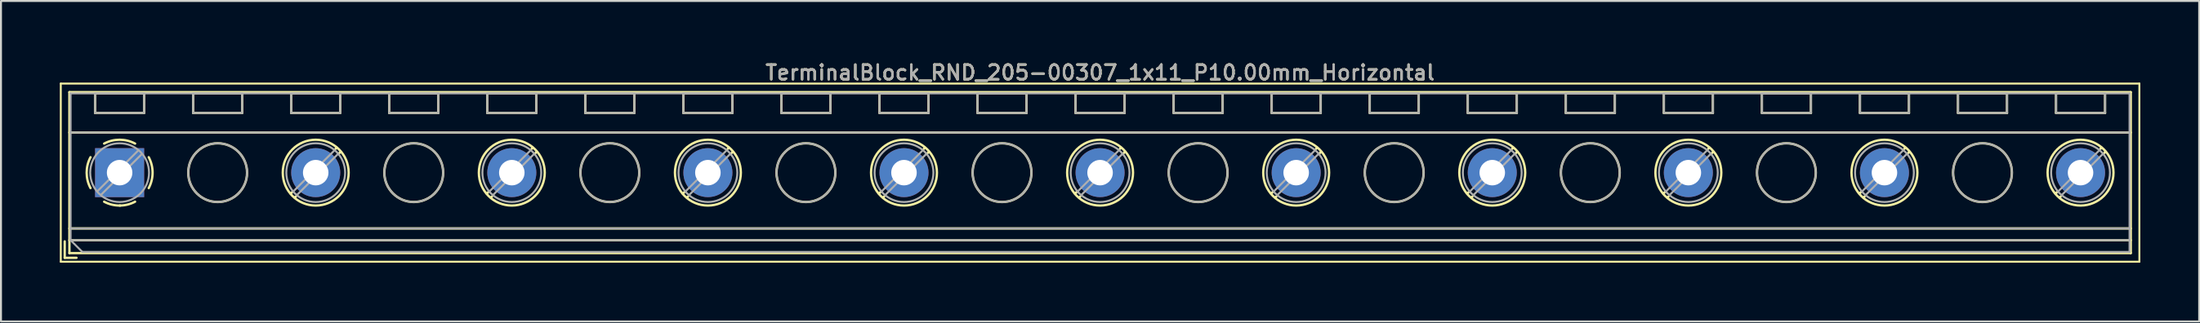
<source format=kicad_pcb>
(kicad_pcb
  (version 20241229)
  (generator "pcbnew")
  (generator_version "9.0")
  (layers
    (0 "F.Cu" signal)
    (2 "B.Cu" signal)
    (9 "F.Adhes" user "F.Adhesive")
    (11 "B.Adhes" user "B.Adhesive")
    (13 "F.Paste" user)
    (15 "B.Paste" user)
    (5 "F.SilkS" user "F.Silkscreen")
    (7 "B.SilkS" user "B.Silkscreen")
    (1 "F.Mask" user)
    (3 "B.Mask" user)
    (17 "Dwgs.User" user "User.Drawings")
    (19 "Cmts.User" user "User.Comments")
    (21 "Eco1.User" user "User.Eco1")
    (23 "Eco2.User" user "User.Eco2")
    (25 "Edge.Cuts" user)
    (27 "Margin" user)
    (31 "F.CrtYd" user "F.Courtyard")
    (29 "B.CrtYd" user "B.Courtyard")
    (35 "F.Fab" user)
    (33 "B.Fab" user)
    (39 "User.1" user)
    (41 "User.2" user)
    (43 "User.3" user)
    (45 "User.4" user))
  (footprint "TerminalBlock_RND_205-00307_1x11_P10.00mm_Horizontal"
    (layer "F.Cu")
    (at 3.05 5.768)
    (property "Reference" "TerminalBlock_RND_205-00307_1x11_P10.00mm_Horizontal" (at 50 -5.11 0) (layer "F.SilkS") (effects (font (size 0.75 0.75) (thickness 0.125))))
    (attr through_hole)
    (fp_line (start -3 -4.55) (end -3 4.55) (stroke (width 0.1) (type solid)) (layer "F.SilkS"))
    (fp_line (start -3 4.55) (end 103 4.55) (stroke (width 0.1) (type solid)) (layer "F.SilkS"))
    (fp_line (start -2.8 3.51) (end -2.8 4.35) (stroke (width 0.12) (type solid)) (layer "F.SilkS"))
    (fp_line (start -2.8 4.35) (end -2.2 4.35) (stroke (width 0.12) (type solid)) (layer "F.SilkS"))
    (fp_line (start -2.56 -4.11) (end -2.56 4.11) (stroke (width 0.12) (type solid)) (layer "F.SilkS"))
    (fp_line (start -2.56 -4.11) (end 102.56 -4.11) (stroke (width 0.12) (type solid)) (layer "F.SilkS"))
    (fp_line (start -2.56 -2.05) (end 102.56 -2.05) (stroke (width 0.12) (type solid)) (layer "F.SilkS"))
    (fp_line (start -2.56 2.85) (end 102.56 2.85) (stroke (width 0.12) (type solid)) (layer "F.SilkS"))
    (fp_line (start -2.56 3.45) (end 102.56 3.45) (stroke (width 0.12) (type solid)) (layer "F.SilkS"))
    (fp_line (start -2.56 4.11) (end 102.56 4.11) (stroke (width 0.12) (type solid)) (layer "F.SilkS"))
    (fp_line (start -1.25 -4.05) (end -1.25 -3.05) (stroke (width 0.12) (type solid)) (layer "F.SilkS"))
    (fp_line (start -1.25 -4.05) (end 1.25 -4.05) (stroke (width 0.12) (type solid)) (layer "F.SilkS"))
    (fp_line (start -1.25 -3.05) (end 1.25 -3.05) (stroke (width 0.12) (type solid)) (layer "F.SilkS"))
    (fp_line (start 1.25 -4.05) (end 1.25 -3.05) (stroke (width 0.12) (type solid)) (layer "F.SilkS"))
    (fp_line (start 3.75 -4.05) (end 3.75 -3.05) (stroke (width 0.12) (type solid)) (layer "F.SilkS"))
    (fp_line (start 3.75 -4.05) (end 6.25 -4.05) (stroke (width 0.12) (type solid)) (layer "F.SilkS"))
    (fp_line (start 3.75 -3.05) (end 6.25 -3.05) (stroke (width 0.12) (type solid)) (layer "F.SilkS"))
    (fp_line (start 6.25 -4.05) (end 6.25 -3.05) (stroke (width 0.12) (type solid)) (layer "F.SilkS"))
    (fp_line (start 8.75 -4.05) (end 8.75 -3.05) (stroke (width 0.12) (type solid)) (layer "F.SilkS"))
    (fp_line (start 8.75 -4.05) (end 11.25 -4.05) (stroke (width 0.12) (type solid)) (layer "F.SilkS"))
    (fp_line (start 8.75 -3.05) (end 11.25 -3.05) (stroke (width 0.12) (type solid)) (layer "F.SilkS"))
    (fp_line (start 8.82 0.976) (end 8.726 1.069) (stroke (width 0.12) (type solid)) (layer "F.SilkS"))
    (fp_line (start 8.99 1.216) (end 8.931 1.274) (stroke (width 0.12) (type solid)) (layer "F.SilkS"))
    (fp_line (start 11.07 -1.275) (end 11.011 -1.216) (stroke (width 0.12) (type solid)) (layer "F.SilkS"))
    (fp_line (start 11.25 -4.05) (end 11.25 -3.05) (stroke (width 0.12) (type solid)) (layer "F.SilkS"))
    (fp_line (start 11.275 -1.069) (end 11.181 -0.976) (stroke (width 0.12) (type solid)) (layer "F.SilkS"))
    (fp_line (start 13.75 -4.05) (end 13.75 -3.05) (stroke (width 0.12) (type solid)) (layer "F.SilkS"))
    (fp_line (start 13.75 -4.05) (end 16.25 -4.05) (stroke (width 0.12) (type solid)) (layer "F.SilkS"))
    (fp_line (start 13.75 -3.05) (end 16.25 -3.05) (stroke (width 0.12) (type solid)) (layer "F.SilkS"))
    (fp_line (start 16.25 -4.05) (end 16.25 -3.05) (stroke (width 0.12) (type solid)) (layer "F.SilkS"))
    (fp_line (start 18.75 -4.05) (end 18.75 -3.05) (stroke (width 0.12) (type solid)) (layer "F.SilkS"))
    (fp_line (start 18.75 -4.05) (end 21.25 -4.05) (stroke (width 0.12) (type solid)) (layer "F.SilkS"))
    (fp_line (start 18.75 -3.05) (end 21.25 -3.05) (stroke (width 0.12) (type solid)) (layer "F.SilkS"))
    (fp_line (start 18.82 0.976) (end 18.726 1.069) (stroke (width 0.12) (type solid)) (layer "F.SilkS"))
    (fp_line (start 18.99 1.216) (end 18.931 1.274) (stroke (width 0.12) (type solid)) (layer "F.SilkS"))
    (fp_line (start 21.07 -1.275) (end 21.011 -1.216) (stroke (width 0.12) (type solid)) (layer "F.SilkS"))
    (fp_line (start 21.25 -4.05) (end 21.25 -3.05) (stroke (width 0.12) (type solid)) (layer "F.SilkS"))
    (fp_line (start 21.275 -1.069) (end 21.181 -0.976) (stroke (width 0.12) (type solid)) (layer "F.SilkS"))
    (fp_line (start 23.75 -4.05) (end 23.75 -3.05) (stroke (width 0.12) (type solid)) (layer "F.SilkS"))
    (fp_line (start 23.75 -4.05) (end 26.25 -4.05) (stroke (width 0.12) (type solid)) (layer "F.SilkS"))
    (fp_line (start 23.75 -3.05) (end 26.25 -3.05) (stroke (width 0.12) (type solid)) (layer "F.SilkS"))
    (fp_line (start 26.25 -4.05) (end 26.25 -3.05) (stroke (width 0.12) (type solid)) (layer "F.SilkS"))
    (fp_line (start 28.75 -4.05) (end 28.75 -3.05) (stroke (width 0.12) (type solid)) (layer "F.SilkS"))
    (fp_line (start 28.75 -4.05) (end 31.25 -4.05) (stroke (width 0.12) (type solid)) (layer "F.SilkS"))
    (fp_line (start 28.75 -3.05) (end 31.25 -3.05) (stroke (width 0.12) (type solid)) (layer "F.SilkS"))
    (fp_line (start 28.82 0.976) (end 28.726 1.069) (stroke (width 0.12) (type solid)) (layer "F.SilkS"))
    (fp_line (start 28.99 1.216) (end 28.931 1.274) (stroke (width 0.12) (type solid)) (layer "F.SilkS"))
    (fp_line (start 31.07 -1.275) (end 31.011 -1.216) (stroke (width 0.12) (type solid)) (layer "F.SilkS"))
    (fp_line (start 31.25 -4.05) (end 31.25 -3.05) (stroke (width 0.12) (type solid)) (layer "F.SilkS"))
    (fp_line (start 31.275 -1.069) (end 31.181 -0.976) (stroke (width 0.12) (type solid)) (layer "F.SilkS"))
    (fp_line (start 33.75 -4.05) (end 33.75 -3.05) (stroke (width 0.12) (type solid)) (layer "F.SilkS"))
    (fp_line (start 33.75 -4.05) (end 36.25 -4.05) (stroke (width 0.12) (type solid)) (layer "F.SilkS"))
    (fp_line (start 33.75 -3.05) (end 36.25 -3.05) (stroke (width 0.12) (type solid)) (layer "F.SilkS"))
    (fp_line (start 36.25 -4.05) (end 36.25 -3.05) (stroke (width 0.12) (type solid)) (layer "F.SilkS"))
    (fp_line (start 38.75 -4.05) (end 38.75 -3.05) (stroke (width 0.12) (type solid)) (layer "F.SilkS"))
    (fp_line (start 38.75 -4.05) (end 41.25 -4.05) (stroke (width 0.12) (type solid)) (layer "F.SilkS"))
    (fp_line (start 38.75 -3.05) (end 41.25 -3.05) (stroke (width 0.12) (type solid)) (layer "F.SilkS"))
    (fp_line (start 38.82 0.976) (end 38.726 1.069) (stroke (width 0.12) (type solid)) (layer "F.SilkS"))
    (fp_line (start 38.99 1.216) (end 38.931 1.274) (stroke (width 0.12) (type solid)) (layer "F.SilkS"))
    (fp_line (start 41.07 -1.275) (end 41.011 -1.216) (stroke (width 0.12) (type solid)) (layer "F.SilkS"))
    (fp_line (start 41.25 -4.05) (end 41.25 -3.05) (stroke (width 0.12) (type solid)) (layer "F.SilkS"))
    (fp_line (start 41.275 -1.069) (end 41.181 -0.976) (stroke (width 0.12) (type solid)) (layer "F.SilkS"))
    (fp_line (start 43.75 -4.05) (end 43.75 -3.05) (stroke (width 0.12) (type solid)) (layer "F.SilkS"))
    (fp_line (start 43.75 -4.05) (end 46.25 -4.05) (stroke (width 0.12) (type solid)) (layer "F.SilkS"))
    (fp_line (start 43.75 -3.05) (end 46.25 -3.05) (stroke (width 0.12) (type solid)) (layer "F.SilkS"))
    (fp_line (start 46.25 -4.05) (end 46.25 -3.05) (stroke (width 0.12) (type solid)) (layer "F.SilkS"))
    (fp_line (start 48.75 -4.05) (end 48.75 -3.05) (stroke (width 0.12) (type solid)) (layer "F.SilkS"))
    (fp_line (start 48.75 -4.05) (end 51.25 -4.05) (stroke (width 0.12) (type solid)) (layer "F.SilkS"))
    (fp_line (start 48.75 -3.05) (end 51.25 -3.05) (stroke (width 0.12) (type solid)) (layer "F.SilkS"))
    (fp_line (start 48.82 0.976) (end 48.726 1.069) (stroke (width 0.12) (type solid)) (layer "F.SilkS"))
    (fp_line (start 48.99 1.216) (end 48.931 1.274) (stroke (width 0.12) (type solid)) (layer "F.SilkS"))
    (fp_line (start 51.07 -1.275) (end 51.011 -1.216) (stroke (width 0.12) (type solid)) (layer "F.SilkS"))
    (fp_line (start 51.25 -4.05) (end 51.25 -3.05) (stroke (width 0.12) (type solid)) (layer "F.SilkS"))
    (fp_line (start 51.275 -1.069) (end 51.181 -0.976) (stroke (width 0.12) (type solid)) (layer "F.SilkS"))
    (fp_line (start 53.75 -4.05) (end 53.75 -3.05) (stroke (width 0.12) (type solid)) (layer "F.SilkS"))
    (fp_line (start 53.75 -4.05) (end 56.25 -4.05) (stroke (width 0.12) (type solid)) (layer "F.SilkS"))
    (fp_line (start 53.75 -3.05) (end 56.25 -3.05) (stroke (width 0.12) (type solid)) (layer "F.SilkS"))
    (fp_line (start 56.25 -4.05) (end 56.25 -3.05) (stroke (width 0.12) (type solid)) (layer "F.SilkS"))
    (fp_line (start 58.75 -4.05) (end 58.75 -3.05) (stroke (width 0.12) (type solid)) (layer "F.SilkS"))
    (fp_line (start 58.75 -4.05) (end 61.25 -4.05) (stroke (width 0.12) (type solid)) (layer "F.SilkS"))
    (fp_line (start 58.75 -3.05) (end 61.25 -3.05) (stroke (width 0.12) (type solid)) (layer "F.SilkS"))
    (fp_line (start 58.82 0.976) (end 58.726 1.069) (stroke (width 0.12) (type solid)) (layer "F.SilkS"))
    (fp_line (start 58.99 1.216) (end 58.931 1.274) (stroke (width 0.12) (type solid)) (layer "F.SilkS"))
    (fp_line (start 61.07 -1.275) (end 61.011 -1.216) (stroke (width 0.12) (type solid)) (layer "F.SilkS"))
    (fp_line (start 61.25 -4.05) (end 61.25 -3.05) (stroke (width 0.12) (type solid)) (layer "F.SilkS"))
    (fp_line (start 61.275 -1.069) (end 61.181 -0.976) (stroke (width 0.12) (type solid)) (layer "F.SilkS"))
    (fp_line (start 63.75 -4.05) (end 63.75 -3.05) (stroke (width 0.12) (type solid)) (layer "F.SilkS"))
    (fp_line (start 63.75 -4.05) (end 66.25 -4.05) (stroke (width 0.12) (type solid)) (layer "F.SilkS"))
    (fp_line (start 63.75 -3.05) (end 66.25 -3.05) (stroke (width 0.12) (type solid)) (layer "F.SilkS"))
    (fp_line (start 66.25 -4.05) (end 66.25 -3.05) (stroke (width 0.12) (type solid)) (layer "F.SilkS"))
    (fp_line (start 68.75 -4.05) (end 68.75 -3.05) (stroke (width 0.12) (type solid)) (layer "F.SilkS"))
    (fp_line (start 68.75 -4.05) (end 71.25 -4.05) (stroke (width 0.12) (type solid)) (layer "F.SilkS"))
    (fp_line (start 68.75 -3.05) (end 71.25 -3.05) (stroke (width 0.12) (type solid)) (layer "F.SilkS"))
    (fp_line (start 68.82 0.976) (end 68.726 1.069) (stroke (width 0.12) (type solid)) (layer "F.SilkS"))
    (fp_line (start 68.99 1.216) (end 68.931 1.274) (stroke (width 0.12) (type solid)) (layer "F.SilkS"))
    (fp_line (start 71.07 -1.275) (end 71.011 -1.216) (stroke (width 0.12) (type solid)) (layer "F.SilkS"))
    (fp_line (start 71.25 -4.05) (end 71.25 -3.05) (stroke (width 0.12) (type solid)) (layer "F.SilkS"))
    (fp_line (start 71.275 -1.069) (end 71.181 -0.976) (stroke (width 0.12) (type solid)) (layer "F.SilkS"))
    (fp_line (start 73.75 -4.05) (end 73.75 -3.05) (stroke (width 0.12) (type solid)) (layer "F.SilkS"))
    (fp_line (start 73.75 -4.05) (end 76.25 -4.05) (stroke (width 0.12) (type solid)) (layer "F.SilkS"))
    (fp_line (start 73.75 -3.05) (end 76.25 -3.05) (stroke (width 0.12) (type solid)) (layer "F.SilkS"))
    (fp_line (start 76.25 -4.05) (end 76.25 -3.05) (stroke (width 0.12) (type solid)) (layer "F.SilkS"))
    (fp_line (start 78.75 -4.05) (end 78.75 -3.05) (stroke (width 0.12) (type solid)) (layer "F.SilkS"))
    (fp_line (start 78.75 -4.05) (end 81.25 -4.05) (stroke (width 0.12) (type solid)) (layer "F.SilkS"))
    (fp_line (start 78.75 -3.05) (end 81.25 -3.05) (stroke (width 0.12) (type solid)) (layer "F.SilkS"))
    (fp_line (start 78.82 0.976) (end 78.726 1.069) (stroke (width 0.12) (type solid)) (layer "F.SilkS"))
    (fp_line (start 78.99 1.216) (end 78.931 1.274) (stroke (width 0.12) (type solid)) (layer "F.SilkS"))
    (fp_line (start 81.07 -1.275) (end 81.011 -1.216) (stroke (width 0.12) (type solid)) (layer "F.SilkS"))
    (fp_line (start 81.25 -4.05) (end 81.25 -3.05) (stroke (width 0.12) (type solid)) (layer "F.SilkS"))
    (fp_line (start 81.275 -1.069) (end 81.181 -0.976) (stroke (width 0.12) (type solid)) (layer "F.SilkS"))
    (fp_line (start 83.75 -4.05) (end 83.75 -3.05) (stroke (width 0.12) (type solid)) (layer "F.SilkS"))
    (fp_line (start 83.75 -4.05) (end 86.25 -4.05) (stroke (width 0.12) (type solid)) (layer "F.SilkS"))
    (fp_line (start 83.75 -3.05) (end 86.25 -3.05) (stroke (width 0.12) (type solid)) (layer "F.SilkS"))
    (fp_line (start 86.25 -4.05) (end 86.25 -3.05) (stroke (width 0.12) (type solid)) (layer "F.SilkS"))
    (fp_line (start 88.75 -4.05) (end 88.75 -3.05) (stroke (width 0.12) (type solid)) (layer "F.SilkS"))
    (fp_line (start 88.75 -4.05) (end 91.25 -4.05) (stroke (width 0.12) (type solid)) (layer "F.SilkS"))
    (fp_line (start 88.75 -3.05) (end 91.25 -3.05) (stroke (width 0.12) (type solid)) (layer "F.SilkS"))
    (fp_line (start 88.82 0.976) (end 88.726 1.069) (stroke (width 0.12) (type solid)) (layer "F.SilkS"))
    (fp_line (start 88.99 1.216) (end 88.931 1.274) (stroke (width 0.12) (type solid)) (layer "F.SilkS"))
    (fp_line (start 91.07 -1.275) (end 91.011 -1.216) (stroke (width 0.12) (type solid)) (layer "F.SilkS"))
    (fp_line (start 91.25 -4.05) (end 91.25 -3.05) (stroke (width 0.12) (type solid)) (layer "F.SilkS"))
    (fp_line (start 91.275 -1.069) (end 91.181 -0.976) (stroke (width 0.12) (type solid)) (layer "F.SilkS"))
    (fp_line (start 93.75 -4.05) (end 93.75 -3.05) (stroke (width 0.12) (type solid)) (layer "F.SilkS"))
    (fp_line (start 93.75 -4.05) (end 96.25 -4.05) (stroke (width 0.12) (type solid)) (layer "F.SilkS"))
    (fp_line (start 93.75 -3.05) (end 96.25 -3.05) (stroke (width 0.12) (type solid)) (layer "F.SilkS"))
    (fp_line (start 96.25 -4.05) (end 96.25 -3.05) (stroke (width 0.12) (type solid)) (layer "F.SilkS"))
    (fp_line (start 98.75 -4.05) (end 98.75 -3.05) (stroke (width 0.12) (type solid)) (layer "F.SilkS"))
    (fp_line (start 98.75 -4.05) (end 101.25 -4.05) (stroke (width 0.12) (type solid)) (layer "F.SilkS"))
    (fp_line (start 98.75 -3.05) (end 101.25 -3.05) (stroke (width 0.12) (type solid)) (layer "F.SilkS"))
    (fp_line (start 98.82 0.976) (end 98.726 1.069) (stroke (width 0.12) (type solid)) (layer "F.SilkS"))
    (fp_line (start 98.99 1.216) (end 98.931 1.274) (stroke (width 0.12) (type solid)) (layer "F.SilkS"))
    (fp_line (start 101.07 -1.275) (end 101.011 -1.216) (stroke (width 0.12) (type solid)) (layer "F.SilkS"))
    (fp_line (start 101.25 -4.05) (end 101.25 -3.05) (stroke (width 0.12) (type solid)) (layer "F.SilkS"))
    (fp_line (start 101.275 -1.069) (end 101.181 -0.976) (stroke (width 0.12) (type solid)) (layer "F.SilkS"))
    (fp_line (start 102.56 -4.11) (end 102.56 4.11) (stroke (width 0.12) (type solid)) (layer "F.SilkS"))
    (fp_line (start 103 -4.55) (end -3 -4.55) (stroke (width 0.1) (type solid)) (layer "F.SilkS"))
    (fp_line (start 103 4.55) (end 103 -4.55) (stroke (width 0.1) (type solid)) (layer "F.SilkS"))
    (fp_arc (start -1.483953 0.789089) (mid -1.680708 0.00005) (end -1.484 -0.789) (stroke (width 0.12) (type solid)) (layer "F.SilkS"))
    (fp_arc (start -0.789089 -1.483953) (mid -0.00005 -1.680708) (end 0.789 -1.484) (stroke (width 0.12) (type solid)) (layer "F.SilkS"))
    (fp_arc (start 0.029383 1.68045) (mid -0.392304 1.634281) (end -0.789 1.484) (stroke (width 0.12) (type solid)) (layer "F.SilkS"))
    (fp_arc (start 0.788712 1.483352) (mid 0.406429 1.630097) (end 0 1.68) (stroke (width 0.12) (type solid)) (layer "F.SilkS"))
    (fp_arc (start 1.483953 -0.789089) (mid 1.680708 -0.00005) (end 1.484 0.789) (stroke (width 0.12) (type solid)) (layer "F.SilkS"))
    (fp_circle (center 5 0) (end 6.5 0) (stroke (width 0.12) (type solid)) (fill no) (layer "F.SilkS"))
    (fp_circle (center 10 0) (end 11.68 0) (stroke (width 0.12) (type solid)) (fill no) (layer "F.SilkS"))
    (fp_circle (center 15 0) (end 16.5 0) (stroke (width 0.12) (type solid)) (fill no) (layer "F.SilkS"))
    (fp_circle (center 20 0) (end 21.68 0) (stroke (width 0.12) (type solid)) (fill no) (layer "F.SilkS"))
    (fp_circle (center 25 0) (end 26.5 0) (stroke (width 0.12) (type solid)) (fill no) (layer "F.SilkS"))
    (fp_circle (center 30 0) (end 31.68 0) (stroke (width 0.12) (type solid)) (fill no) (layer "F.SilkS"))
    (fp_circle (center 35 0) (end 36.5 0) (stroke (width 0.12) (type solid)) (fill no) (layer "F.SilkS"))
    (fp_circle (center 40 0) (end 41.68 0) (stroke (width 0.12) (type solid)) (fill no) (layer "F.SilkS"))
    (fp_circle (center 45 0) (end 46.5 0) (stroke (width 0.12) (type solid)) (fill no) (layer "F.SilkS"))
    (fp_circle (center 50 0) (end 51.68 0) (stroke (width 0.12) (type solid)) (fill no) (layer "F.SilkS"))
    (fp_circle (center 55 0) (end 56.5 0) (stroke (width 0.12) (type solid)) (fill no) (layer "F.SilkS"))
    (fp_circle (center 60 0) (end 61.68 0) (stroke (width 0.12) (type solid)) (fill no) (layer "F.SilkS"))
    (fp_circle (center 65 0) (end 66.5 0) (stroke (width 0.12) (type solid)) (fill no) (layer "F.SilkS"))
    (fp_circle (center 70 0) (end 71.68 0) (stroke (width 0.12) (type solid)) (fill no) (layer "F.SilkS"))
    (fp_circle (center 75 0) (end 76.5 0) (stroke (width 0.12) (type solid)) (fill no) (layer "F.SilkS"))
    (fp_circle (center 80 0) (end 81.68 0) (stroke (width 0.12) (type solid)) (fill no) (layer "F.SilkS"))
    (fp_circle (center 85 0) (end 86.5 0) (stroke (width 0.12) (type solid)) (fill no) (layer "F.SilkS"))
    (fp_circle (center 90 0) (end 91.68 0) (stroke (width 0.12) (type solid)) (fill no) (layer "F.SilkS"))
    (fp_circle (center 95 0) (end 96.5 0) (stroke (width 0.12) (type solid)) (fill no) (layer "F.SilkS"))
    (fp_circle (center 100 0) (end 101.68 0) (stroke (width 0.12) (type solid)) (fill no) (layer "F.SilkS"))
    (fp_line (start -2.5 -4.05) (end 102.5 -4.05) (stroke (width 0.1) (type solid)) (layer "F.Fab"))
    (fp_line (start -2.5 -2.05) (end 102.5 -2.05) (stroke (width 0.1) (type solid)) (layer "F.Fab"))
    (fp_line (start -2.5 2.85) (end 102.5 2.85) (stroke (width 0.1) (type solid)) (layer "F.Fab"))
    (fp_line (start -2.5 3.45) (end -2.5 -4.05) (stroke (width 0.1) (type solid)) (layer "F.Fab"))
    (fp_line (start -2.5 3.45) (end 102.5 3.45) (stroke (width 0.1) (type solid)) (layer "F.Fab"))
    (fp_line (start -1.9 4.05) (end -2.5 3.45) (stroke (width 0.1) (type solid)) (layer "F.Fab"))
    (fp_line (start -1.25 -4.05) (end -1.25 -3.05) (stroke (width 0.1) (type solid)) (layer "F.Fab"))
    (fp_line (start -1.25 -3.05) (end 1.25 -3.05) (stroke (width 0.1) (type solid)) (layer "F.Fab"))
    (fp_line (start 0.955 -1.138) (end -1.138 0.955) (stroke (width 0.1) (type solid)) (layer "F.Fab"))
    (fp_line (start 1.138 -0.955) (end -0.955 1.138) (stroke (width 0.1) (type solid)) (layer "F.Fab"))
    (fp_line (start 1.25 -4.05) (end -1.25 -4.05) (stroke (width 0.1) (type solid)) (layer "F.Fab"))
    (fp_line (start 1.25 -3.05) (end 1.25 -4.05) (stroke (width 0.1) (type solid)) (layer "F.Fab"))
    (fp_line (start 3.75 -4.05) (end 3.75 -3.05) (stroke (width 0.1) (type solid)) (layer "F.Fab"))
    (fp_line (start 3.75 -3.05) (end 6.25 -3.05) (stroke (width 0.1) (type solid)) (layer "F.Fab"))
    (fp_line (start 6.25 -4.05) (end 3.75 -4.05) (stroke (width 0.1) (type solid)) (layer "F.Fab"))
    (fp_line (start 6.25 -3.05) (end 6.25 -4.05) (stroke (width 0.1) (type solid)) (layer "F.Fab"))
    (fp_line (start 8.75 -4.05) (end 8.75 -3.05) (stroke (width 0.1) (type solid)) (layer "F.Fab"))
    (fp_line (start 8.75 -3.05) (end 11.25 -3.05) (stroke (width 0.1) (type solid)) (layer "F.Fab"))
    (fp_line (start 10.955 -1.138) (end 8.863 0.955) (stroke (width 0.1) (type solid)) (layer "F.Fab"))
    (fp_line (start 11.138 -0.955) (end 9.046 1.138) (stroke (width 0.1) (type solid)) (layer "F.Fab"))
    (fp_line (start 11.25 -4.05) (end 8.75 -4.05) (stroke (width 0.1) (type solid)) (layer "F.Fab"))
    (fp_line (start 11.25 -3.05) (end 11.25 -4.05) (stroke (width 0.1) (type solid)) (layer "F.Fab"))
    (fp_line (start 13.75 -4.05) (end 13.75 -3.05) (stroke (width 0.1) (type solid)) (layer "F.Fab"))
    (fp_line (start 13.75 -3.05) (end 16.25 -3.05) (stroke (width 0.1) (type solid)) (layer "F.Fab"))
    (fp_line (start 16.25 -4.05) (end 13.75 -4.05) (stroke (width 0.1) (type solid)) (layer "F.Fab"))
    (fp_line (start 16.25 -3.05) (end 16.25 -4.05) (stroke (width 0.1) (type solid)) (layer "F.Fab"))
    (fp_line (start 18.75 -4.05) (end 18.75 -3.05) (stroke (width 0.1) (type solid)) (layer "F.Fab"))
    (fp_line (start 18.75 -3.05) (end 21.25 -3.05) (stroke (width 0.1) (type solid)) (layer "F.Fab"))
    (fp_line (start 20.955 -1.138) (end 18.863 0.955) (stroke (width 0.1) (type solid)) (layer "F.Fab"))
    (fp_line (start 21.138 -0.955) (end 19.046 1.138) (stroke (width 0.1) (type solid)) (layer "F.Fab"))
    (fp_line (start 21.25 -4.05) (end 18.75 -4.05) (stroke (width 0.1) (type solid)) (layer "F.Fab"))
    (fp_line (start 21.25 -3.05) (end 21.25 -4.05) (stroke (width 0.1) (type solid)) (layer "F.Fab"))
    (fp_line (start 23.75 -4.05) (end 23.75 -3.05) (stroke (width 0.1) (type solid)) (layer "F.Fab"))
    (fp_line (start 23.75 -3.05) (end 26.25 -3.05) (stroke (width 0.1) (type solid)) (layer "F.Fab"))
    (fp_line (start 26.25 -4.05) (end 23.75 -4.05) (stroke (width 0.1) (type solid)) (layer "F.Fab"))
    (fp_line (start 26.25 -3.05) (end 26.25 -4.05) (stroke (width 0.1) (type solid)) (layer "F.Fab"))
    (fp_line (start 28.75 -4.05) (end 28.75 -3.05) (stroke (width 0.1) (type solid)) (layer "F.Fab"))
    (fp_line (start 28.75 -3.05) (end 31.25 -3.05) (stroke (width 0.1) (type solid)) (layer "F.Fab"))
    (fp_line (start 30.955 -1.138) (end 28.863 0.955) (stroke (width 0.1) (type solid)) (layer "F.Fab"))
    (fp_line (start 31.138 -0.955) (end 29.046 1.138) (stroke (width 0.1) (type solid)) (layer "F.Fab"))
    (fp_line (start 31.25 -4.05) (end 28.75 -4.05) (stroke (width 0.1) (type solid)) (layer "F.Fab"))
    (fp_line (start 31.25 -3.05) (end 31.25 -4.05) (stroke (width 0.1) (type solid)) (layer "F.Fab"))
    (fp_line (start 33.75 -4.05) (end 33.75 -3.05) (stroke (width 0.1) (type solid)) (layer "F.Fab"))
    (fp_line (start 33.75 -3.05) (end 36.25 -3.05) (stroke (width 0.1) (type solid)) (layer "F.Fab"))
    (fp_line (start 36.25 -4.05) (end 33.75 -4.05) (stroke (width 0.1) (type solid)) (layer "F.Fab"))
    (fp_line (start 36.25 -3.05) (end 36.25 -4.05) (stroke (width 0.1) (type solid)) (layer "F.Fab"))
    (fp_line (start 38.75 -4.05) (end 38.75 -3.05) (stroke (width 0.1) (type solid)) (layer "F.Fab"))
    (fp_line (start 38.75 -3.05) (end 41.25 -3.05) (stroke (width 0.1) (type solid)) (layer "F.Fab"))
    (fp_line (start 40.955 -1.138) (end 38.863 0.955) (stroke (width 0.1) (type solid)) (layer "F.Fab"))
    (fp_line (start 41.138 -0.955) (end 39.046 1.138) (stroke (width 0.1) (type solid)) (layer "F.Fab"))
    (fp_line (start 41.25 -4.05) (end 38.75 -4.05) (stroke (width 0.1) (type solid)) (layer "F.Fab"))
    (fp_line (start 41.25 -3.05) (end 41.25 -4.05) (stroke (width 0.1) (type solid)) (layer "F.Fab"))
    (fp_line (start 43.75 -4.05) (end 43.75 -3.05) (stroke (width 0.1) (type solid)) (layer "F.Fab"))
    (fp_line (start 43.75 -3.05) (end 46.25 -3.05) (stroke (width 0.1) (type solid)) (layer "F.Fab"))
    (fp_line (start 46.25 -4.05) (end 43.75 -4.05) (stroke (width 0.1) (type solid)) (layer "F.Fab"))
    (fp_line (start 46.25 -3.05) (end 46.25 -4.05) (stroke (width 0.1) (type solid)) (layer "F.Fab"))
    (fp_line (start 48.75 -4.05) (end 48.75 -3.05) (stroke (width 0.1) (type solid)) (layer "F.Fab"))
    (fp_line (start 48.75 -3.05) (end 51.25 -3.05) (stroke (width 0.1) (type solid)) (layer "F.Fab"))
    (fp_line (start 50.955 -1.138) (end 48.863 0.955) (stroke (width 0.1) (type solid)) (layer "F.Fab"))
    (fp_line (start 51.138 -0.955) (end 49.046 1.138) (stroke (width 0.1) (type solid)) (layer "F.Fab"))
    (fp_line (start 51.25 -4.05) (end 48.75 -4.05) (stroke (width 0.1) (type solid)) (layer "F.Fab"))
    (fp_line (start 51.25 -3.05) (end 51.25 -4.05) (stroke (width 0.1) (type solid)) (layer "F.Fab"))
    (fp_line (start 53.75 -4.05) (end 53.75 -3.05) (stroke (width 0.1) (type solid)) (layer "F.Fab"))
    (fp_line (start 53.75 -3.05) (end 56.25 -3.05) (stroke (width 0.1) (type solid)) (layer "F.Fab"))
    (fp_line (start 56.25 -4.05) (end 53.75 -4.05) (stroke (width 0.1) (type solid)) (layer "F.Fab"))
    (fp_line (start 56.25 -3.05) (end 56.25 -4.05) (stroke (width 0.1) (type solid)) (layer "F.Fab"))
    (fp_line (start 58.75 -4.05) (end 58.75 -3.05) (stroke (width 0.1) (type solid)) (layer "F.Fab"))
    (fp_line (start 58.75 -3.05) (end 61.25 -3.05) (stroke (width 0.1) (type solid)) (layer "F.Fab"))
    (fp_line (start 60.955 -1.138) (end 58.863 0.955) (stroke (width 0.1) (type solid)) (layer "F.Fab"))
    (fp_line (start 61.138 -0.955) (end 59.046 1.138) (stroke (width 0.1) (type solid)) (layer "F.Fab"))
    (fp_line (start 61.25 -4.05) (end 58.75 -4.05) (stroke (width 0.1) (type solid)) (layer "F.Fab"))
    (fp_line (start 61.25 -3.05) (end 61.25 -4.05) (stroke (width 0.1) (type solid)) (layer "F.Fab"))
    (fp_line (start 63.75 -4.05) (end 63.75 -3.05) (stroke (width 0.1) (type solid)) (layer "F.Fab"))
    (fp_line (start 63.75 -3.05) (end 66.25 -3.05) (stroke (width 0.1) (type solid)) (layer "F.Fab"))
    (fp_line (start 66.25 -4.05) (end 63.75 -4.05) (stroke (width 0.1) (type solid)) (layer "F.Fab"))
    (fp_line (start 66.25 -3.05) (end 66.25 -4.05) (stroke (width 0.1) (type solid)) (layer "F.Fab"))
    (fp_line (start 68.75 -4.05) (end 68.75 -3.05) (stroke (width 0.1) (type solid)) (layer "F.Fab"))
    (fp_line (start 68.75 -3.05) (end 71.25 -3.05) (stroke (width 0.1) (type solid)) (layer "F.Fab"))
    (fp_line (start 70.955 -1.138) (end 68.863 0.955) (stroke (width 0.1) (type solid)) (layer "F.Fab"))
    (fp_line (start 71.138 -0.955) (end 69.046 1.138) (stroke (width 0.1) (type solid)) (layer "F.Fab"))
    (fp_line (start 71.25 -4.05) (end 68.75 -4.05) (stroke (width 0.1) (type solid)) (layer "F.Fab"))
    (fp_line (start 71.25 -3.05) (end 71.25 -4.05) (stroke (width 0.1) (type solid)) (layer "F.Fab"))
    (fp_line (start 73.75 -4.05) (end 73.75 -3.05) (stroke (width 0.1) (type solid)) (layer "F.Fab"))
    (fp_line (start 73.75 -3.05) (end 76.25 -3.05) (stroke (width 0.1) (type solid)) (layer "F.Fab"))
    (fp_line (start 76.25 -4.05) (end 73.75 -4.05) (stroke (width 0.1) (type solid)) (layer "F.Fab"))
    (fp_line (start 76.25 -3.05) (end 76.25 -4.05) (stroke (width 0.1) (type solid)) (layer "F.Fab"))
    (fp_line (start 78.75 -4.05) (end 78.75 -3.05) (stroke (width 0.1) (type solid)) (layer "F.Fab"))
    (fp_line (start 78.75 -3.05) (end 81.25 -3.05) (stroke (width 0.1) (type solid)) (layer "F.Fab"))
    (fp_line (start 80.955 -1.138) (end 78.863 0.955) (stroke (width 0.1) (type solid)) (layer "F.Fab"))
    (fp_line (start 81.138 -0.955) (end 79.046 1.138) (stroke (width 0.1) (type solid)) (layer "F.Fab"))
    (fp_line (start 81.25 -4.05) (end 78.75 -4.05) (stroke (width 0.1) (type solid)) (layer "F.Fab"))
    (fp_line (start 81.25 -3.05) (end 81.25 -4.05) (stroke (width 0.1) (type solid)) (layer "F.Fab"))
    (fp_line (start 83.75 -4.05) (end 83.75 -3.05) (stroke (width 0.1) (type solid)) (layer "F.Fab"))
    (fp_line (start 83.75 -3.05) (end 86.25 -3.05) (stroke (width 0.1) (type solid)) (layer "F.Fab"))
    (fp_line (start 86.25 -4.05) (end 83.75 -4.05) (stroke (width 0.1) (type solid)) (layer "F.Fab"))
    (fp_line (start 86.25 -3.05) (end 86.25 -4.05) (stroke (width 0.1) (type solid)) (layer "F.Fab"))
    (fp_line (start 88.75 -4.05) (end 88.75 -3.05) (stroke (width 0.1) (type solid)) (layer "F.Fab"))
    (fp_line (start 88.75 -3.05) (end 91.25 -3.05) (stroke (width 0.1) (type solid)) (layer "F.Fab"))
    (fp_line (start 90.955 -1.138) (end 88.863 0.955) (stroke (width 0.1) (type solid)) (layer "F.Fab"))
    (fp_line (start 91.138 -0.955) (end 89.046 1.138) (stroke (width 0.1) (type solid)) (layer "F.Fab"))
    (fp_line (start 91.25 -4.05) (end 88.75 -4.05) (stroke (width 0.1) (type solid)) (layer "F.Fab"))
    (fp_line (start 91.25 -3.05) (end 91.25 -4.05) (stroke (width 0.1) (type solid)) (layer "F.Fab"))
    (fp_line (start 93.75 -4.05) (end 93.75 -3.05) (stroke (width 0.1) (type solid)) (layer "F.Fab"))
    (fp_line (start 93.75 -3.05) (end 96.25 -3.05) (stroke (width 0.1) (type solid)) (layer "F.Fab"))
    (fp_line (start 96.25 -4.05) (end 93.75 -4.05) (stroke (width 0.1) (type solid)) (layer "F.Fab"))
    (fp_line (start 96.25 -3.05) (end 96.25 -4.05) (stroke (width 0.1) (type solid)) (layer "F.Fab"))
    (fp_line (start 98.75 -4.05) (end 98.75 -3.05) (stroke (width 0.1) (type solid)) (layer "F.Fab"))
    (fp_line (start 98.75 -3.05) (end 101.25 -3.05) (stroke (width 0.1) (type solid)) (layer "F.Fab"))
    (fp_line (start 100.955 -1.138) (end 98.863 0.955) (stroke (width 0.1) (type solid)) (layer "F.Fab"))
    (fp_line (start 101.138 -0.955) (end 99.046 1.138) (stroke (width 0.1) (type solid)) (layer "F.Fab"))
    (fp_line (start 101.25 -4.05) (end 98.75 -4.05) (stroke (width 0.1) (type solid)) (layer "F.Fab"))
    (fp_line (start 101.25 -3.05) (end 101.25 -4.05) (stroke (width 0.1) (type solid)) (layer "F.Fab"))
    (fp_line (start 102.5 -4.05) (end 102.5 4.05) (stroke (width 0.1) (type solid)) (layer "F.Fab"))
    (fp_line (start 102.5 4.05) (end -1.9 4.05) (stroke (width 0.1) (type solid)) (layer "F.Fab"))
    (fp_circle (center 0 0) (end 1.5 0) (stroke (width 0.1) (type solid)) (fill no) (layer "F.Fab"))
    (fp_circle (center 5 0) (end 6.5 0) (stroke (width 0.1) (type solid)) (fill no) (layer "F.Fab"))
    (fp_circle (center 10 0) (end 11.5 0) (stroke (width 0.1) (type solid)) (fill no) (layer "F.Fab"))
    (fp_circle (center 15 0) (end 16.5 0) (stroke (width 0.1) (type solid)) (fill no) (layer "F.Fab"))
    (fp_circle (center 20 0) (end 21.5 0) (stroke (width 0.1) (type solid)) (fill no) (layer "F.Fab"))
    (fp_circle (center 25 0) (end 26.5 0) (stroke (width 0.1) (type solid)) (fill no) (layer "F.Fab"))
    (fp_circle (center 30 0) (end 31.5 0) (stroke (width 0.1) (type solid)) (fill no) (layer "F.Fab"))
    (fp_circle (center 35 0) (end 36.5 0) (stroke (width 0.1) (type solid)) (fill no) (layer "F.Fab"))
    (fp_circle (center 40 0) (end 41.5 0) (stroke (width 0.1) (type solid)) (fill no) (layer "F.Fab"))
    (fp_circle (center 45 0) (end 46.5 0) (stroke (width 0.1) (type solid)) (fill no) (layer "F.Fab"))
    (fp_circle (center 50 0) (end 51.5 0) (stroke (width 0.1) (type solid)) (fill no) (layer "F.Fab"))
    (fp_circle (center 55 0) (end 56.5 0) (stroke (width 0.1) (type solid)) (fill no) (layer "F.Fab"))
    (fp_circle (center 60 0) (end 61.5 0) (stroke (width 0.1) (type solid)) (fill no) (layer "F.Fab"))
    (fp_circle (center 65 0) (end 66.5 0) (stroke (width 0.1) (type solid)) (fill no) (layer "F.Fab"))
    (fp_circle (center 70 0) (end 71.5 0) (stroke (width 0.1) (type solid)) (fill no) (layer "F.Fab"))
    (fp_circle (center 75 0) (end 76.5 0) (stroke (width 0.1) (type solid)) (fill no) (layer "F.Fab"))
    (fp_circle (center 80 0) (end 81.5 0) (stroke (width 0.1) (type solid)) (fill no) (layer "F.Fab"))
    (fp_circle (center 85 0) (end 86.5 0) (stroke (width 0.1) (type solid)) (fill no) (layer "F.Fab"))
    (fp_circle (center 90 0) (end 91.5 0) (stroke (width 0.1) (type solid)) (fill no) (layer "F.Fab"))
    (fp_circle (center 95 0) (end 96.5 0) (stroke (width 0.1) (type solid)) (fill no) (layer "F.Fab"))
    (fp_circle (center 100 0) (end 101.5 0) (stroke (width 0.1) (type solid)) (fill no) (layer "F.Fab"))
    (fp_text user "${REFERENCE}" (at 50 -5.11 0) (layer "F.Fab") (effects (font (size 0.75 0.75) (thickness 0.125))))
    (pad "1" thru_hole rect (at 0 0) (size 2.5 2.5) (drill 1.3) (layers "*.Cu" "*.Mask"))
    (pad "2" thru_hole circle (at 10 0) (size 2.5 2.5) (drill 1.3) (layers "*.Cu" "*.Mask"))
    (pad "3" thru_hole circle (at 20 0) (size 2.5 2.5) (drill 1.3) (layers "*.Cu" "*.Mask"))
    (pad "4" thru_hole circle (at 30 0) (size 2.5 2.5) (drill 1.3) (layers "*.Cu" "*.Mask"))
    (pad "5" thru_hole circle (at 40 0) (size 2.5 2.5) (drill 1.3) (layers "*.Cu" "*.Mask"))
    (pad "6" thru_hole circle (at 50 0) (size 2.5 2.5) (drill 1.3) (layers "*.Cu" "*.Mask"))
    (pad "7" thru_hole circle (at 60 0) (size 2.5 2.5) (drill 1.3) (layers "*.Cu" "*.Mask"))
    (pad "8" thru_hole circle (at 70 0) (size 2.5 2.5) (drill 1.3) (layers "*.Cu" "*.Mask"))
    (pad "9" thru_hole circle (at 80 0) (size 2.5 2.5) (drill 1.3) (layers "*.Cu" "*.Mask"))
    (pad "10" thru_hole circle (at 90 0) (size 2.5 2.5) (drill 1.3) (layers "*.Cu" "*.Mask"))
    (pad "11" thru_hole circle (at 100 0) (size 2.5 2.5) (drill 1.3) (layers "*.Cu" "*.Mask")))
  (gr_rect
    (start -3 -3)
    (end 109.1 13.368)
    (stroke (width 0.1) (type default))
    (fill no)
    (layer "Edge.Cuts")))
</source>
